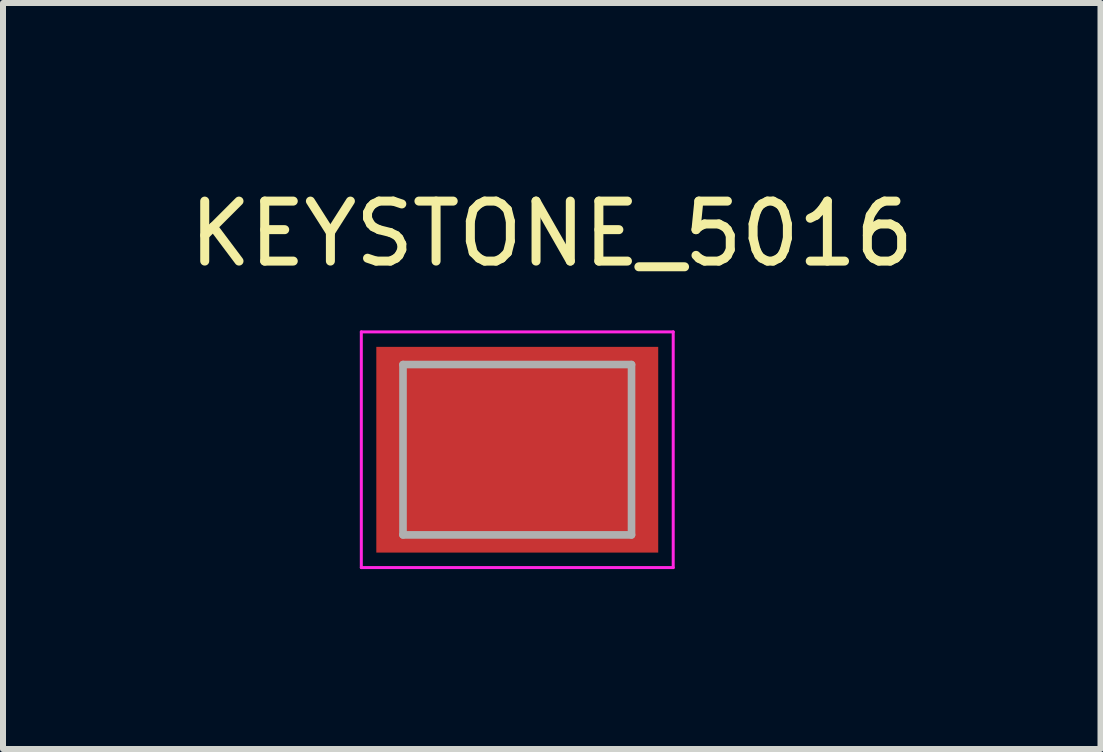
<source format=kicad_pcb>
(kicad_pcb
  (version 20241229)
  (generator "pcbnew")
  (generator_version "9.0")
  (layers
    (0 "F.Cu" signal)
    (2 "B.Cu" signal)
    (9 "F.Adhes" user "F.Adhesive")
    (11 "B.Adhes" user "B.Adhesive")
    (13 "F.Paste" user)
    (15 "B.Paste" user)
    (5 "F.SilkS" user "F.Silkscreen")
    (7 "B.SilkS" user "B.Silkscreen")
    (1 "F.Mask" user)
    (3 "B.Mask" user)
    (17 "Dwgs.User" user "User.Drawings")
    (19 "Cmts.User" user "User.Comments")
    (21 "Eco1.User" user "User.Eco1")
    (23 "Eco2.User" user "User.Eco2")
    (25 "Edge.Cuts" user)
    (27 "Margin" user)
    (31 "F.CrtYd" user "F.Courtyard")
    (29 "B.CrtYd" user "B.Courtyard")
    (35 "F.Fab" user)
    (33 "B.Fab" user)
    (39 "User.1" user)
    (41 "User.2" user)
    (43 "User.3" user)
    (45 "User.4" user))
  (footprint "KEYSTONE_5016"
    (layer "F.Cu")
    (at 5.574 4.448)
    (property "Reference" "KEYSTONE_5016" (at 0.575 -3.6 0) (layer "F.SilkS") (effects (font (size 1 1) (thickness 0.15))))
    (attr smd)
    (fp_line (start -2.6 -1.965) (end -2.6 1.965) (stroke (width 0.05) (type solid)) (layer "F.CrtYd"))
    (fp_line (start -2.6 1.965) (end 2.6 1.965) (stroke (width 0.05) (type solid)) (layer "F.CrtYd"))
    (fp_line (start 2.6 -1.965) (end -2.6 -1.965) (stroke (width 0.05) (type solid)) (layer "F.CrtYd"))
    (fp_line (start 2.6 1.965) (end 2.6 -1.965) (stroke (width 0.05) (type solid)) (layer "F.CrtYd"))
    (fp_line (start -1.905 -1.42) (end 1.905 -1.42) (stroke (width 0.127) (type solid)) (layer "F.Fab"))
    (fp_line (start -1.905 1.42) (end -1.905 -1.42) (stroke (width 0.127) (type solid)) (layer "F.Fab"))
    (fp_line (start 1.905 -1.42) (end 1.905 1.42) (stroke (width 0.127) (type solid)) (layer "F.Fab"))
    (fp_line (start 1.905 1.42) (end -1.905 1.42) (stroke (width 0.127) (type solid)) (layer "F.Fab"))
    (pad "TP" smd rect (at 0 0) (size 4.7 3.43) (layers "F.Cu" "F.Mask" "F.Paste")))
  (gr_rect
    (start -3 -3)
    (end 15.298 9.438)
    (stroke (width 0.1) (type default))
    (fill no)
    (layer "Edge.Cuts")))
</source>
